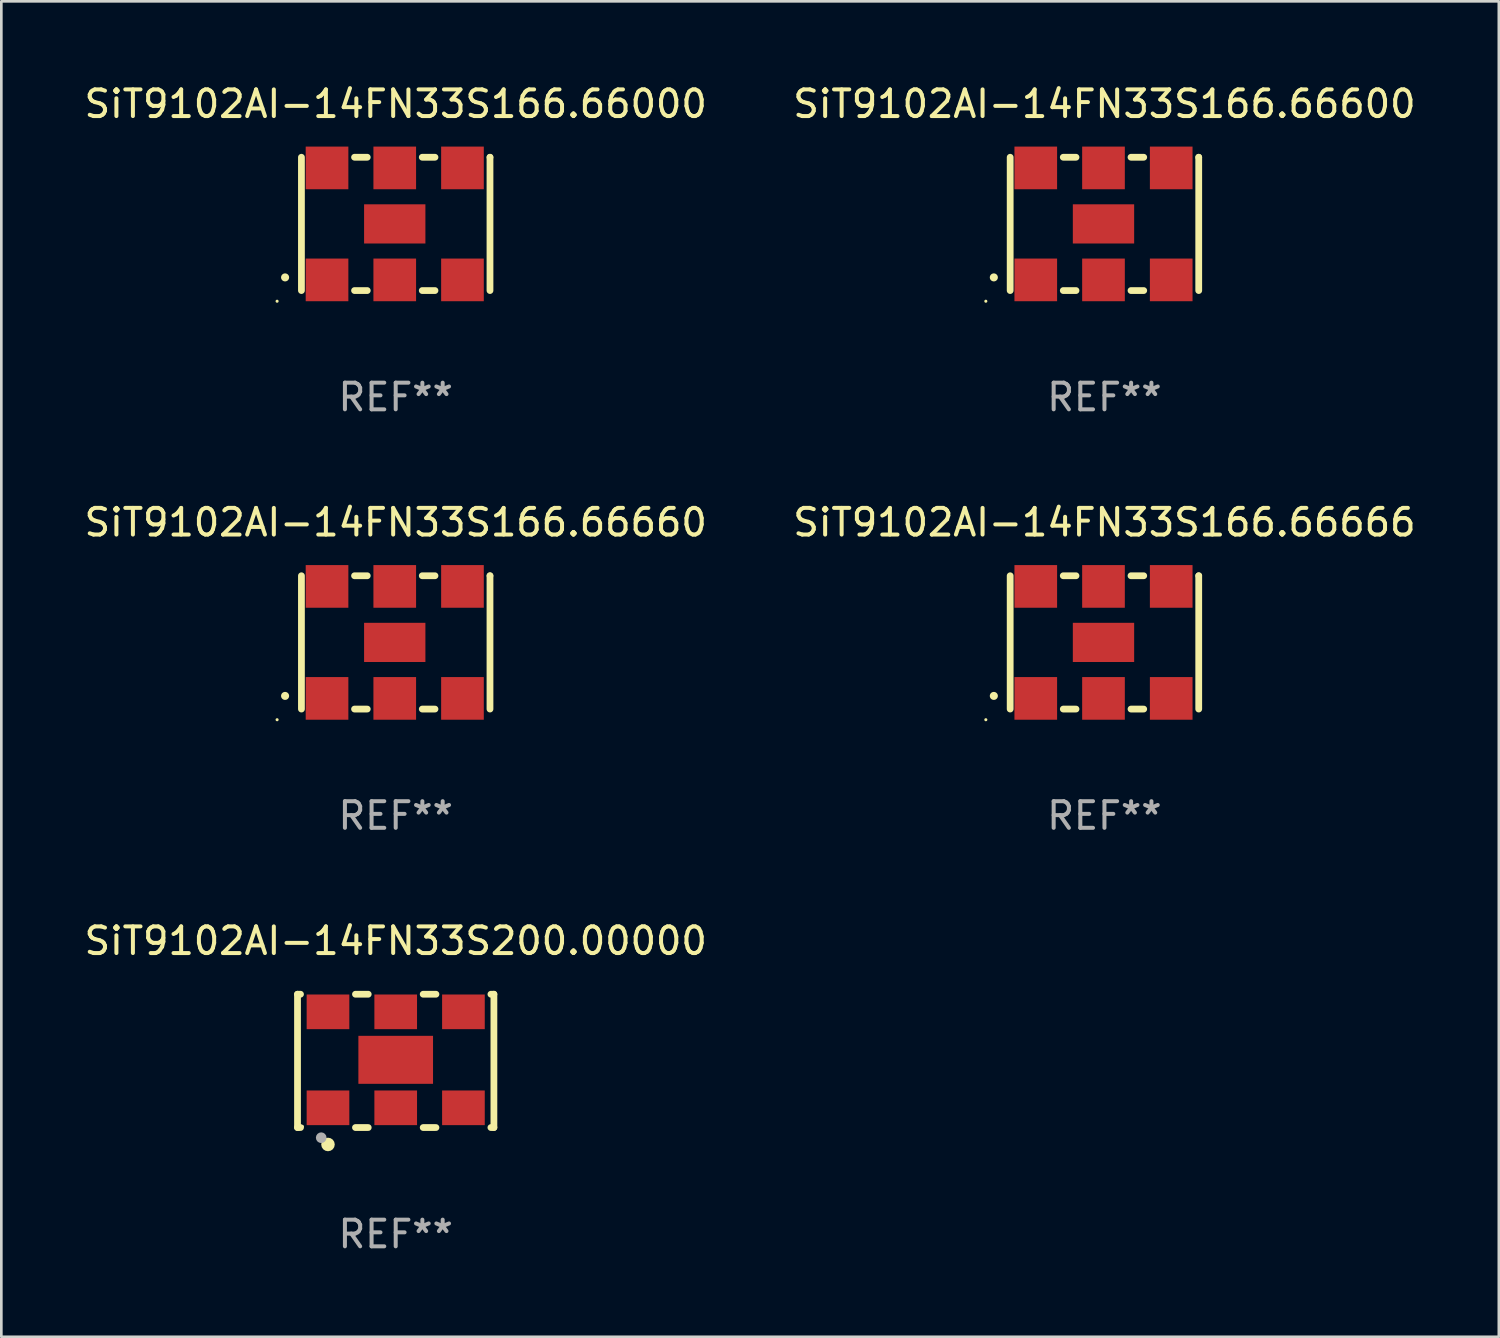
<source format=kicad_pcb>
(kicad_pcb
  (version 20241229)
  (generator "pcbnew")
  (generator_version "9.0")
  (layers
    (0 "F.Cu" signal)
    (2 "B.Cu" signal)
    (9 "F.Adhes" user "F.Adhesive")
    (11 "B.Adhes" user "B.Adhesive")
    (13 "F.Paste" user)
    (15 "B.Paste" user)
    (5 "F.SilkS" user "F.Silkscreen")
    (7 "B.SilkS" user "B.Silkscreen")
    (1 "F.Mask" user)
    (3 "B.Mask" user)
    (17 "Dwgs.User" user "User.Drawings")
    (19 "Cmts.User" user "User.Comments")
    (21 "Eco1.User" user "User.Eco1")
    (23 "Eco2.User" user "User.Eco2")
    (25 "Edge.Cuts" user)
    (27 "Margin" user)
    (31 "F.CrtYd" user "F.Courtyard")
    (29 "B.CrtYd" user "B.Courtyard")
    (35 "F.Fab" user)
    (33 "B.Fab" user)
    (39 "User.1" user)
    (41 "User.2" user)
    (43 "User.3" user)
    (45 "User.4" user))
  (footprint "SiT9102AI-14FN33S166.66000"
    (layer "F.Cu")
    (at 11.792 5.348)
    (property "Reference" "SiT9102AI-14FN33S166.66000" (at 0 -4.5 0) (layer "F.SilkS") (effects (font (size 1 1) (thickness 0.15))))
    (attr through_hole)
    (fp_line (start -3.536 -2.5) (end -3.536 2.5) (stroke (width 0.254) (type solid)) (layer "F.SilkS"))
    (fp_line (start -1.544 2.5) (end -1.067 2.5) (stroke (width 0.254) (type solid)) (layer "F.SilkS"))
    (fp_line (start -1.067 -2.5) (end -1.544 -2.5) (stroke (width 0.254) (type solid)) (layer "F.SilkS"))
    (fp_line (start 0.996 2.5) (end 1.473 2.5) (stroke (width 0.254) (type solid)) (layer "F.SilkS"))
    (fp_line (start 1.473 -2.5) (end 0.996 -2.5) (stroke (width 0.254) (type solid)) (layer "F.SilkS"))
    (fp_line (start 3.536 -2.5) (end 3.536 -2.5) (stroke (width 0.254) (type solid)) (layer "F.SilkS"))
    (fp_line (start 3.536 2.5) (end 3.536 -2.5) (stroke (width 0.254) (type solid)) (layer "F.SilkS"))
    (fp_arc (start -4.150432 2.006604) (mid -4.149162 2.006599) (end -4.147892 2.006604) (stroke (width 0.3) (type solid)) (layer "F.SilkS"))
    (fp_circle (center -4.449 2.9) (end -4.419 2.9) (stroke (width 0.06) (type solid)) (fill no) (layer "F.SilkS"))
    (fp_text user "REF**" (at 0 6.5 0) (layer "F.Fab") (effects (font (size 1 1) (thickness 0.15))))
    (pad "1" smd rect (at -2.576 2.1) (size 1.6 1.6) (layers "F.Cu" "F.Mask" "F.Paste"))
    (pad "2" smd rect (at -0.036 2.1) (size 1.6 1.6) (layers "F.Cu" "F.Mask" "F.Paste"))
    (pad "3" smd rect (at 2.504 2.1) (size 1.6 1.6) (layers "F.Cu" "F.Mask" "F.Paste"))
    (pad "4" smd rect (at 2.504 -2.1) (size 1.6 1.6) (layers "F.Cu" "F.Mask" "F.Paste"))
    (pad "5" smd rect (at -0.036 -2.1) (size 1.6 1.6) (layers "F.Cu" "F.Mask" "F.Paste"))
    (pad "6" smd rect (at -2.576 -2.1) (size 1.6 1.6) (layers "F.Cu" "F.Mask" "F.Paste"))
    (pad "7" smd rect (at -0.036 0) (size 2.3 1.47) (layers "F.Cu" "F.Mask" "F.Paste")))
  (footprint "SiT9102AI-14FN33S200.00000"
    (layer "F.Cu")
    (at 11.792 36.741)
    (property "Reference" "SiT9102AI-14FN33S200.00000" (at 0 -4.5 0) (layer "F.SilkS") (effects (font (size 1 1) (thickness 0.15))))
    (attr through_hole)
    (fp_line (start -3.683 -2.5) (end -3.571 -2.5) (stroke (width 0.254) (type solid)) (layer "F.SilkS"))
    (fp_line (start -3.683 2.5) (end -3.683 -2.5) (stroke (width 0.254) (type solid)) (layer "F.SilkS"))
    (fp_line (start -3.683 2.5) (end -3.571 2.5) (stroke (width 0.254) (type solid)) (layer "F.SilkS"))
    (fp_line (start -1.509 -2.5) (end -1.031 -2.5) (stroke (width 0.254) (type solid)) (layer "F.SilkS"))
    (fp_line (start -1.509 2.5) (end -1.031 2.5) (stroke (width 0.254) (type solid)) (layer "F.SilkS"))
    (fp_line (start 1.031 -2.5) (end 1.509 -2.5) (stroke (width 0.254) (type solid)) (layer "F.SilkS"))
    (fp_line (start 1.031 2.5) (end 1.509 2.5) (stroke (width 0.254) (type solid)) (layer "F.SilkS"))
    (fp_line (start 3.571 -2.5) (end 3.683 -2.5) (stroke (width 0.254) (type solid)) (layer "F.SilkS"))
    (fp_line (start 3.571 2.5) (end 3.683 2.5) (stroke (width 0.254) (type solid)) (layer "F.SilkS"))
    (fp_line (start 3.683 2.5) (end 3.683 -2.5) (stroke (width 0.254) (type solid)) (layer "F.SilkS"))
    (fp_circle (center -3.5 2.46) (end -3.47 2.46) (stroke (width 0.06) (type solid)) (fill no) (layer "F.SilkS"))
    (fp_circle (center -2.54 3.135) (end -2.413 3.135) (stroke (width 0.254) (type solid)) (fill no) (layer "F.SilkS"))
    (fp_circle (center -2.794 2.881) (end -2.694 2.881) (stroke (width 0.2) (type solid)) (fill no) (layer "F.Fab"))
    (fp_text user "REF**" (at 0 6.5 0) (layer "F.Fab") (effects (font (size 1 1) (thickness 0.15))))
    (pad "1" smd rect (at -2.54 1.76) (size 1.6 1.3) (layers "F.Cu" "F.Mask" "F.Paste"))
    (pad "2" smd rect (at 0 1.76) (size 1.6 1.3) (layers "F.Cu" "F.Mask" "F.Paste"))
    (pad "3" smd rect (at 2.54 1.76) (size 1.6 1.3) (layers "F.Cu" "F.Mask" "F.Paste"))
    (pad "4" smd rect (at 2.54 -1.84) (size 1.6 1.3) (layers "F.Cu" "F.Mask" "F.Paste"))
    (pad "5" smd rect (at 0 -1.84) (size 1.6 1.3) (layers "F.Cu" "F.Mask" "F.Paste"))
    (pad "6" smd rect (at -2.54 -1.84) (size 1.6 1.3) (layers "F.Cu" "F.Mask" "F.Paste"))
    (pad "7" smd rect (at 0 -0.04) (size 2.8 1.8) (layers "F.Cu" "F.Mask" "F.Paste")))
  (footprint "SiT9102AI-14FN33S166.66660"
    (layer "F.Cu")
    (at 11.792 21.045)
    (property "Reference" "SiT9102AI-14FN33S166.66660" (at 0 -4.5 0) (layer "F.SilkS") (effects (font (size 1 1) (thickness 0.15))))
    (attr through_hole)
    (fp_line (start -3.536 -2.5) (end -3.536 2.5) (stroke (width 0.254) (type solid)) (layer "F.SilkS"))
    (fp_line (start -1.544 2.5) (end -1.067 2.5) (stroke (width 0.254) (type solid)) (layer "F.SilkS"))
    (fp_line (start -1.067 -2.5) (end -1.544 -2.5) (stroke (width 0.254) (type solid)) (layer "F.SilkS"))
    (fp_line (start 0.996 2.5) (end 1.473 2.5) (stroke (width 0.254) (type solid)) (layer "F.SilkS"))
    (fp_line (start 1.473 -2.5) (end 0.996 -2.5) (stroke (width 0.254) (type solid)) (layer "F.SilkS"))
    (fp_line (start 3.536 -2.5) (end 3.536 -2.5) (stroke (width 0.254) (type solid)) (layer "F.SilkS"))
    (fp_line (start 3.536 2.5) (end 3.536 -2.5) (stroke (width 0.254) (type solid)) (layer "F.SilkS"))
    (fp_arc (start -4.150432 2.006604) (mid -4.149162 2.006599) (end -4.147892 2.006604) (stroke (width 0.3) (type solid)) (layer "F.SilkS"))
    (fp_circle (center -4.449 2.9) (end -4.419 2.9) (stroke (width 0.06) (type solid)) (fill no) (layer "F.SilkS"))
    (fp_text user "REF**" (at 0 6.5 0) (layer "F.Fab") (effects (font (size 1 1) (thickness 0.15))))
    (pad "1" smd rect (at -2.576 2.1) (size 1.6 1.6) (layers "F.Cu" "F.Mask" "F.Paste"))
    (pad "2" smd rect (at -0.036 2.1) (size 1.6 1.6) (layers "F.Cu" "F.Mask" "F.Paste"))
    (pad "3" smd rect (at 2.504 2.1) (size 1.6 1.6) (layers "F.Cu" "F.Mask" "F.Paste"))
    (pad "4" smd rect (at 2.504 -2.1) (size 1.6 1.6) (layers "F.Cu" "F.Mask" "F.Paste"))
    (pad "5" smd rect (at -0.036 -2.1) (size 1.6 1.6) (layers "F.Cu" "F.Mask" "F.Paste"))
    (pad "6" smd rect (at -2.576 -2.1) (size 1.6 1.6) (layers "F.Cu" "F.Mask" "F.Paste"))
    (pad "7" smd rect (at -0.036 0) (size 2.3 1.47) (layers "F.Cu" "F.Mask" "F.Paste")))
  (footprint "SiT9102AI-14FN33S166.66600"
    (layer "F.Cu")
    (at 38.375 5.348)
    (property "Reference" "SiT9102AI-14FN33S166.66600" (at 0 -4.5 0) (layer "F.SilkS") (effects (font (size 1 1) (thickness 0.15))))
    (attr through_hole)
    (fp_line (start -3.536 -2.5) (end -3.536 2.5) (stroke (width 0.254) (type solid)) (layer "F.SilkS"))
    (fp_line (start -1.544 2.5) (end -1.067 2.5) (stroke (width 0.254) (type solid)) (layer "F.SilkS"))
    (fp_line (start -1.067 -2.5) (end -1.544 -2.5) (stroke (width 0.254) (type solid)) (layer "F.SilkS"))
    (fp_line (start 0.996 2.5) (end 1.473 2.5) (stroke (width 0.254) (type solid)) (layer "F.SilkS"))
    (fp_line (start 1.473 -2.5) (end 0.996 -2.5) (stroke (width 0.254) (type solid)) (layer "F.SilkS"))
    (fp_line (start 3.536 -2.5) (end 3.536 -2.5) (stroke (width 0.254) (type solid)) (layer "F.SilkS"))
    (fp_line (start 3.536 2.5) (end 3.536 -2.5) (stroke (width 0.254) (type solid)) (layer "F.SilkS"))
    (fp_arc (start -4.150432 2.006604) (mid -4.149162 2.006599) (end -4.147892 2.006604) (stroke (width 0.3) (type solid)) (layer "F.SilkS"))
    (fp_circle (center -4.449 2.9) (end -4.419 2.9) (stroke (width 0.06) (type solid)) (fill no) (layer "F.SilkS"))
    (fp_text user "REF**" (at 0 6.5 0) (layer "F.Fab") (effects (font (size 1 1) (thickness 0.15))))
    (pad "1" smd rect (at -2.576 2.1) (size 1.6 1.6) (layers "F.Cu" "F.Mask" "F.Paste"))
    (pad "2" smd rect (at -0.036 2.1) (size 1.6 1.6) (layers "F.Cu" "F.Mask" "F.Paste"))
    (pad "3" smd rect (at 2.504 2.1) (size 1.6 1.6) (layers "F.Cu" "F.Mask" "F.Paste"))
    (pad "4" smd rect (at 2.504 -2.1) (size 1.6 1.6) (layers "F.Cu" "F.Mask" "F.Paste"))
    (pad "5" smd rect (at -0.036 -2.1) (size 1.6 1.6) (layers "F.Cu" "F.Mask" "F.Paste"))
    (pad "6" smd rect (at -2.576 -2.1) (size 1.6 1.6) (layers "F.Cu" "F.Mask" "F.Paste"))
    (pad "7" smd rect (at -0.036 0) (size 2.3 1.47) (layers "F.Cu" "F.Mask" "F.Paste")))
  (footprint "SiT9102AI-14FN33S166.66666"
    (layer "F.Cu")
    (at 38.375 21.045)
    (property "Reference" "SiT9102AI-14FN33S166.66666" (at 0 -4.5 0) (layer "F.SilkS") (effects (font (size 1 1) (thickness 0.15))))
    (attr through_hole)
    (fp_line (start -3.536 -2.5) (end -3.536 2.5) (stroke (width 0.254) (type solid)) (layer "F.SilkS"))
    (fp_line (start -1.544 2.5) (end -1.067 2.5) (stroke (width 0.254) (type solid)) (layer "F.SilkS"))
    (fp_line (start -1.067 -2.5) (end -1.544 -2.5) (stroke (width 0.254) (type solid)) (layer "F.SilkS"))
    (fp_line (start 0.996 2.5) (end 1.473 2.5) (stroke (width 0.254) (type solid)) (layer "F.SilkS"))
    (fp_line (start 1.473 -2.5) (end 0.996 -2.5) (stroke (width 0.254) (type solid)) (layer "F.SilkS"))
    (fp_line (start 3.536 -2.5) (end 3.536 -2.5) (stroke (width 0.254) (type solid)) (layer "F.SilkS"))
    (fp_line (start 3.536 2.5) (end 3.536 -2.5) (stroke (width 0.254) (type solid)) (layer "F.SilkS"))
    (fp_arc (start -4.150432 2.006604) (mid -4.149162 2.006599) (end -4.147892 2.006604) (stroke (width 0.3) (type solid)) (layer "F.SilkS"))
    (fp_circle (center -4.449 2.9) (end -4.419 2.9) (stroke (width 0.06) (type solid)) (fill no) (layer "F.SilkS"))
    (fp_text user "REF**" (at 0 6.5 0) (layer "F.Fab") (effects (font (size 1 1) (thickness 0.15))))
    (pad "1" smd rect (at -2.576 2.1) (size 1.6 1.6) (layers "F.Cu" "F.Mask" "F.Paste"))
    (pad "2" smd rect (at -0.036 2.1) (size 1.6 1.6) (layers "F.Cu" "F.Mask" "F.Paste"))
    (pad "3" smd rect (at 2.504 2.1) (size 1.6 1.6) (layers "F.Cu" "F.Mask" "F.Paste"))
    (pad "4" smd rect (at 2.504 -2.1) (size 1.6 1.6) (layers "F.Cu" "F.Mask" "F.Paste"))
    (pad "5" smd rect (at -0.036 -2.1) (size 1.6 1.6) (layers "F.Cu" "F.Mask" "F.Paste"))
    (pad "6" smd rect (at -2.576 -2.1) (size 1.6 1.6) (layers "F.Cu" "F.Mask" "F.Paste"))
    (pad "7" smd rect (at -0.036 0) (size 2.3 1.47) (layers "F.Cu" "F.Mask" "F.Paste")))
  (gr_rect
    (start -3 -3)
    (end 53.167 47.09)
    (stroke (width 0.1) (type default))
    (fill no)
    (layer "Edge.Cuts")))
</source>
